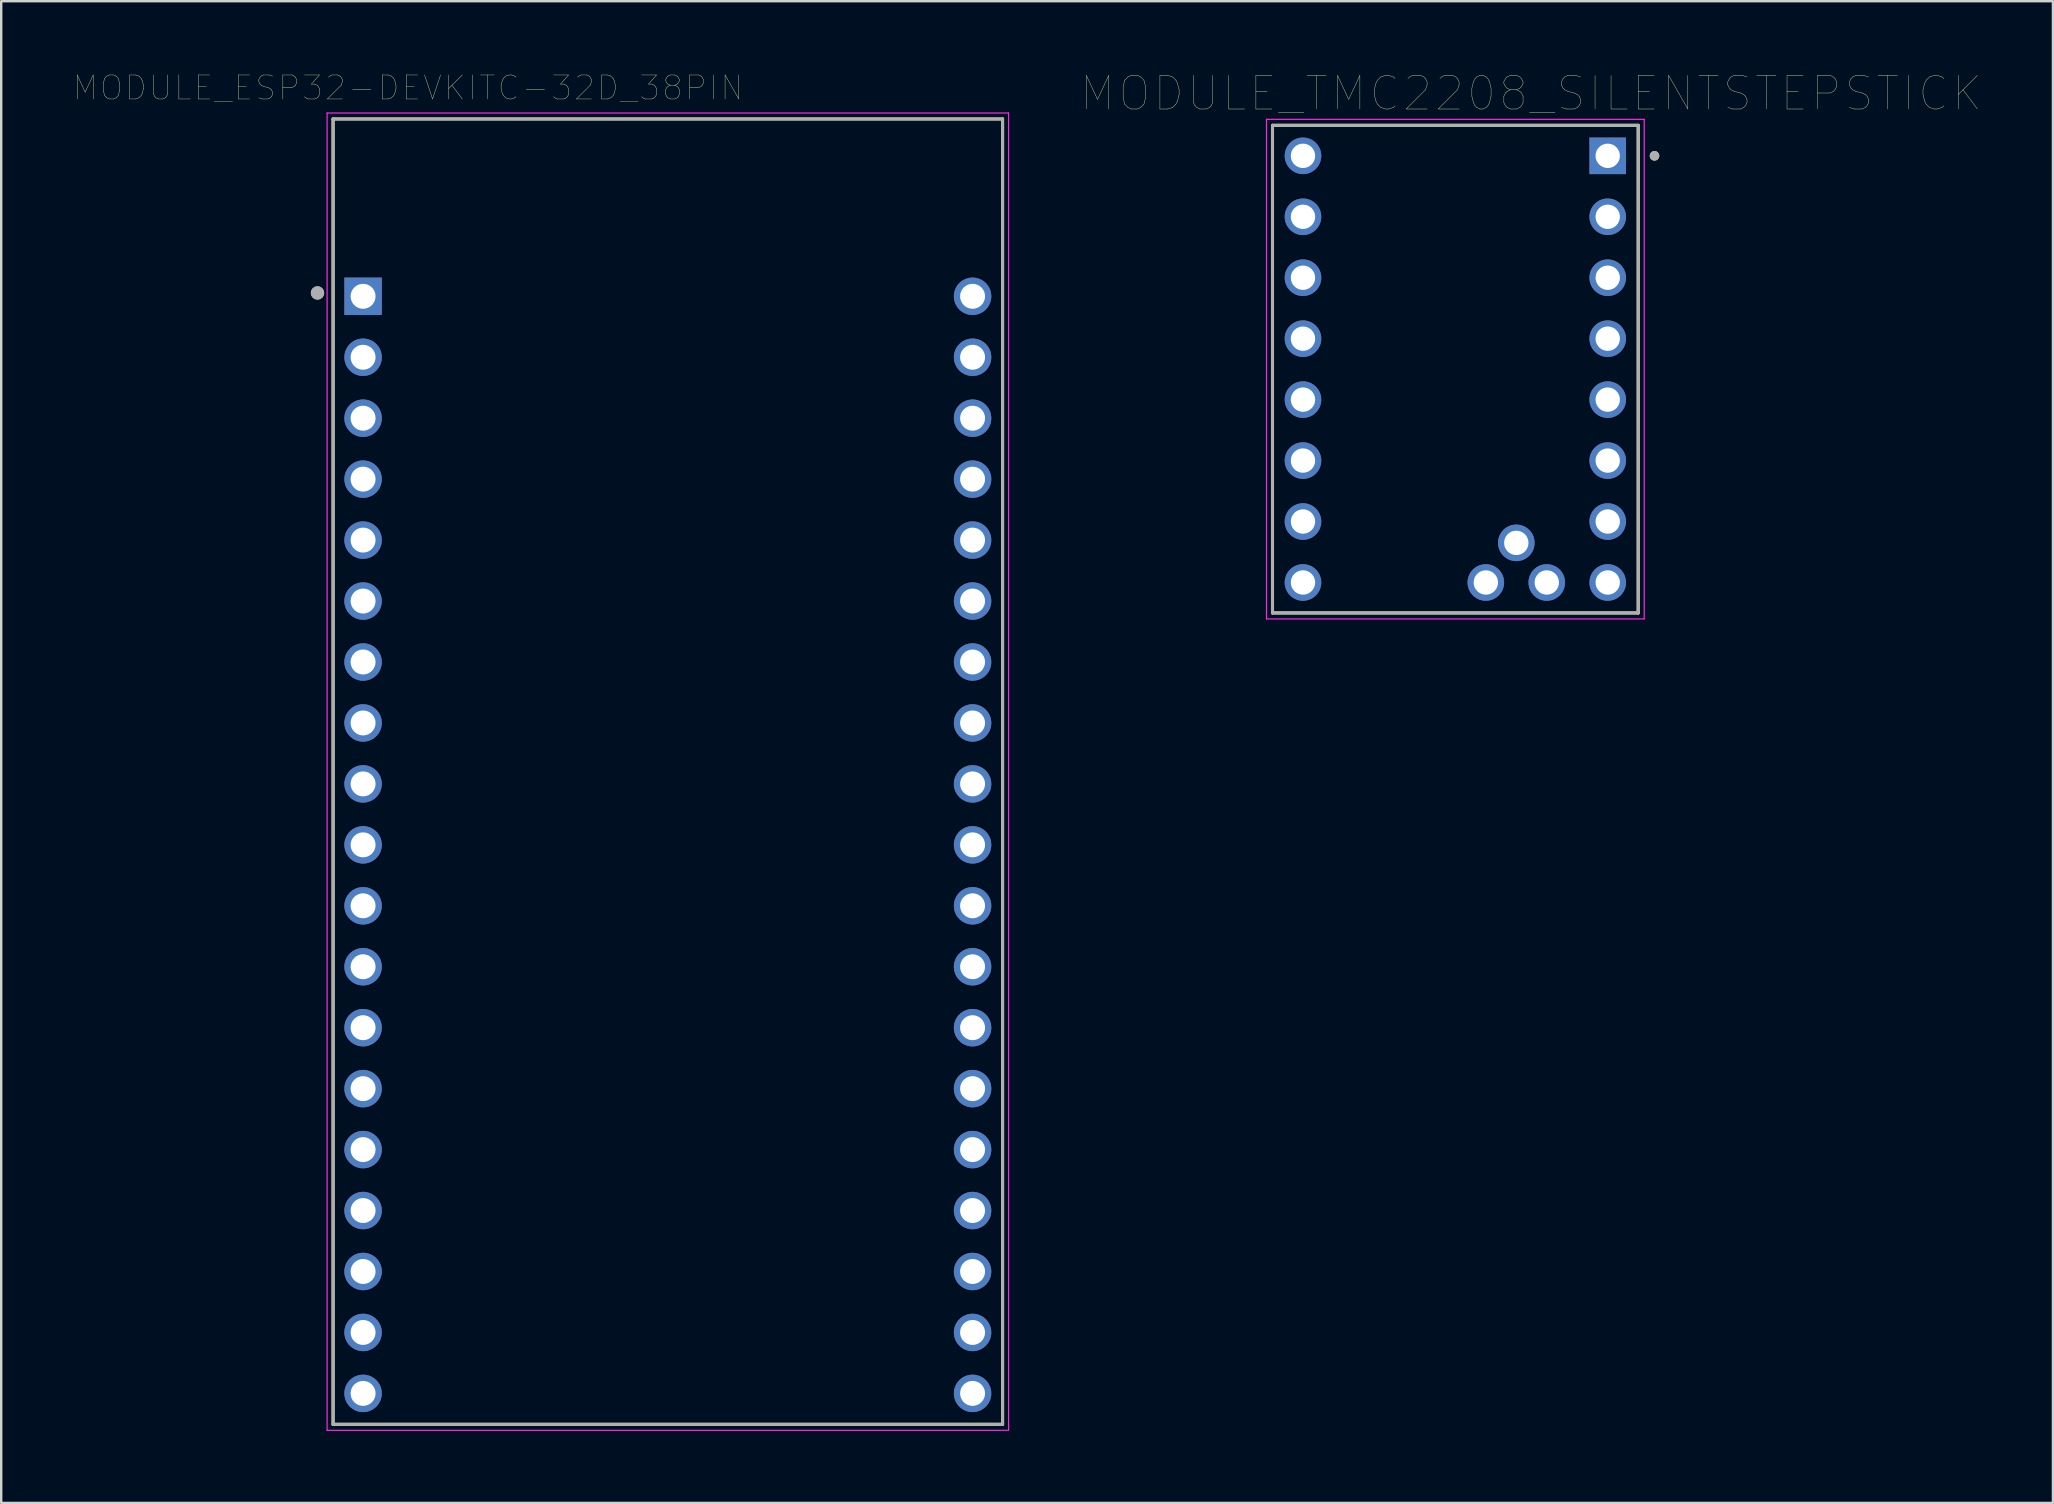
<source format=kicad_pcb>
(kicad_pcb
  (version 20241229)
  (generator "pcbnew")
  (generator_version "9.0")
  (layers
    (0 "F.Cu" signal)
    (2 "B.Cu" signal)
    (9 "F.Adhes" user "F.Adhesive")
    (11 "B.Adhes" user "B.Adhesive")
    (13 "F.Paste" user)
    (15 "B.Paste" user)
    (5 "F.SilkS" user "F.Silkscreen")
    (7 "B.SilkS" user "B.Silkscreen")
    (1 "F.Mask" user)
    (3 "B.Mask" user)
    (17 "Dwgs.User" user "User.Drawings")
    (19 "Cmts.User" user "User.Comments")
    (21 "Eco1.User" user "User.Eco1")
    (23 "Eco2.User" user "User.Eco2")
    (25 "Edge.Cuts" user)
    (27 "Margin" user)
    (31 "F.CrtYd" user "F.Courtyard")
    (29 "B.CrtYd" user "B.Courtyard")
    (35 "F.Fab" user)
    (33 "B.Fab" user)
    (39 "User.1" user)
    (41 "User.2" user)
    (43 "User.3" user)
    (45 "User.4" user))
  (footprint "MODULE_TMC2208_SILENTSTEPSTICK"
    (layer "F.Cu")
    (at 57.6 12.334)
    (property "Reference" "MODULE_TMC2208_SILENTSTEPSTICK" (at 3.155 -11.489 0) (layer "F.SilkS") (effects (font (size 1.4 1.4) (thickness 0.015))))
    (attr through_hole)
    (fp_line (start -7.62 -10.16) (end 7.62 -10.16) (stroke (width 0.127) (type solid)) (layer "F.SilkS"))
    (fp_line (start -7.62 10.16) (end -7.62 -10.16) (stroke (width 0.127) (type solid)) (layer "F.SilkS"))
    (fp_line (start 7.62 -10.16) (end 7.62 10.16) (stroke (width 0.127) (type solid)) (layer "F.SilkS"))
    (fp_line (start 7.62 10.16) (end -7.62 10.16) (stroke (width 0.127) (type solid)) (layer "F.SilkS"))
    (fp_circle (center 8.3 -8.89) (end 8.2 -8.89) (stroke (width 0.2) (type solid)) (fill no) (layer "F.SilkS"))
    (fp_line (start -7.87 -10.41) (end -7.87 10.41) (stroke (width 0.05) (type solid)) (layer "F.CrtYd"))
    (fp_line (start 7.87 -10.41) (end -7.87 -10.41) (stroke (width 0.05) (type solid)) (layer "F.CrtYd"))
    (fp_line (start 7.87 -10.41) (end 7.87 10.41) (stroke (width 0.05) (type solid)) (layer "F.CrtYd"))
    (fp_line (start 7.87 10.41) (end -7.87 10.41) (stroke (width 0.05) (type solid)) (layer "F.CrtYd"))
    (fp_line (start -7.62 -10.16) (end 7.62 -10.16) (stroke (width 0.127) (type solid)) (layer "F.Fab"))
    (fp_line (start -7.62 10.16) (end -7.62 -10.16) (stroke (width 0.127) (type solid)) (layer "F.Fab"))
    (fp_line (start 7.62 -10.16) (end 7.62 10.16) (stroke (width 0.127) (type solid)) (layer "F.Fab"))
    (fp_line (start 7.62 10.16) (end -7.62 10.16) (stroke (width 0.127) (type solid)) (layer "F.Fab"))
    (fp_circle (center 8.3 -8.89) (end 8.2 -8.89) (stroke (width 0.2) (type solid)) (fill no) (layer "F.Fab"))
    (pad "JP1_1" thru_hole rect (at 6.35 -8.89) (size 1.524 1.524) (drill 1.016) (layers "*.Cu" "*.Mask"))
    (pad "JP1_2" thru_hole circle (at 6.35 -6.35) (size 1.524 1.524) (drill 1.016) (layers "*.Cu" "*.Mask"))
    (pad "JP1_3" thru_hole circle (at 6.35 -3.81) (size 1.524 1.524) (drill 1.016) (layers "*.Cu" "*.Mask"))
    (pad "JP1_4" thru_hole circle (at 6.35 -1.27) (size 1.524 1.524) (drill 1.016) (layers "*.Cu" "*.Mask"))
    (pad "JP1_5" thru_hole circle (at 6.35 1.27) (size 1.524 1.524) (drill 1.016) (layers "*.Cu" "*.Mask"))
    (pad "JP1_6" thru_hole circle (at 6.35 3.81) (size 1.524 1.524) (drill 1.016) (layers "*.Cu" "*.Mask"))
    (pad "JP1_7" thru_hole circle (at 6.35 6.35) (size 1.524 1.524) (drill 1.016) (layers "*.Cu" "*.Mask"))
    (pad "JP1_8" thru_hole circle (at 6.35 8.89) (size 1.524 1.524) (drill 1.016) (layers "*.Cu" "*.Mask"))
    (pad "JP2_1" thru_hole circle (at -6.35 8.89) (size 1.524 1.524) (drill 1.016) (layers "*.Cu" "*.Mask"))
    (pad "JP2_2" thru_hole circle (at -6.35 6.35) (size 1.524 1.524) (drill 1.016) (layers "*.Cu" "*.Mask"))
    (pad "JP2_3" thru_hole circle (at -6.35 3.81) (size 1.524 1.524) (drill 1.016) (layers "*.Cu" "*.Mask"))
    (pad "JP2_4" thru_hole circle (at -6.35 1.27) (size 1.524 1.524) (drill 1.016) (layers "*.Cu" "*.Mask"))
    (pad "JP2_5" thru_hole circle (at -6.35 -1.27) (size 1.524 1.524) (drill 1.016) (layers "*.Cu" "*.Mask"))
    (pad "JP2_6" thru_hole circle (at -6.35 -3.81) (size 1.524 1.524) (drill 1.016) (layers "*.Cu" "*.Mask"))
    (pad "JP2_7" thru_hole circle (at -6.35 -6.35) (size 1.524 1.524) (drill 1.016) (layers "*.Cu" "*.Mask"))
    (pad "JP2_8" thru_hole circle (at -6.35 -8.89) (size 1.524 1.524) (drill 1.016) (layers "*.Cu" "*.Mask"))
    (pad "JP3_1" thru_hole circle (at 2.54 7.239) (size 1.524 1.524) (drill 1.016) (layers "*.Cu" "*.Mask"))
    (pad "JP4_1" thru_hole circle (at 1.27 8.89) (size 1.524 1.524) (drill 1.016) (layers "*.Cu" "*.Mask"))
    (pad "JP5_1" thru_hole circle (at 3.81 8.89) (size 1.524 1.524) (drill 1.016) (layers "*.Cu" "*.Mask")))
  (footprint "MODULE_ESP32-DEVKITC-32D_38PIN"
    (layer "F.Cu")
    (at 24.781 29.058)
    (property "Reference" "MODULE_ESP32-DEVKITC-32D_38PIN" (at -10.829 -28.446 0) (layer "F.SilkS") (effects (font (size 1 1) (thickness 0.015))))
    (attr through_hole)
    (fp_line (start -13.95 -27.15) (end 13.95 -27.15) (stroke (width 0.127) (type solid)) (layer "F.SilkS"))
    (fp_line (start -13.95 27.25) (end -13.95 -27.15) (stroke (width 0.127) (type solid)) (layer "F.SilkS"))
    (fp_line (start 13.95 -27.15) (end 13.95 27.25) (stroke (width 0.127) (type solid)) (layer "F.SilkS"))
    (fp_line (start 13.95 27.25) (end -13.95 27.25) (stroke (width 0.127) (type solid)) (layer "F.SilkS"))
    (fp_line (start -14.2 -27.4) (end 14.2 -27.4) (stroke (width 0.05) (type solid)) (layer "F.CrtYd"))
    (fp_line (start -14.2 27.5) (end -14.2 -27.4) (stroke (width 0.05) (type solid)) (layer "F.CrtYd"))
    (fp_line (start 14.2 -27.4) (end 14.2 27.5) (stroke (width 0.05) (type solid)) (layer "F.CrtYd"))
    (fp_line (start 14.2 27.5) (end -14.2 27.5) (stroke (width 0.05) (type solid)) (layer "F.CrtYd"))
    (fp_line (start -13.95 -27.15) (end 13.95 -27.15) (stroke (width 0.127) (type solid)) (layer "F.Fab"))
    (fp_line (start -13.95 27.25) (end -13.95 -27.15) (stroke (width 0.127) (type solid)) (layer "F.Fab"))
    (fp_line (start 13.95 -27.15) (end 13.95 27.25) (stroke (width 0.127) (type solid)) (layer "F.Fab"))
    (fp_line (start 13.95 27.25) (end -13.95 27.25) (stroke (width 0.127) (type solid)) (layer "F.Fab"))
    (fp_circle (center -14.6 -19.9) (end -14.46 -19.9) (stroke (width 0.28) (type solid)) (fill no) (layer "F.Fab"))
    (fp_circle (center -14.6 -19.9) (end -14.46 -19.9) (stroke (width 0.28) (type solid)) (fill no) (layer "F.Fab"))
    (pad "1" thru_hole rect (at -12.7 -19.76) (size 1.56 1.56) (drill 1.04) (layers "*.Cu" "*.Mask"))
    (pad "2" thru_hole circle (at -12.7 -17.22) (size 1.56 1.56) (drill 1.04) (layers "*.Cu" "*.Mask"))
    (pad "3" thru_hole circle (at -12.7 -14.68) (size 1.56 1.56) (drill 1.04) (layers "*.Cu" "*.Mask"))
    (pad "4" thru_hole circle (at -12.7 -12.14) (size 1.56 1.56) (drill 1.04) (layers "*.Cu" "*.Mask"))
    (pad "5" thru_hole circle (at -12.7 -9.6) (size 1.56 1.56) (drill 1.04) (layers "*.Cu" "*.Mask"))
    (pad "6" thru_hole circle (at -12.7 -7.06) (size 1.56 1.56) (drill 1.04) (layers "*.Cu" "*.Mask"))
    (pad "7" thru_hole circle (at -12.7 -4.52) (size 1.56 1.56) (drill 1.04) (layers "*.Cu" "*.Mask"))
    (pad "8" thru_hole circle (at -12.7 -1.98) (size 1.56 1.56) (drill 1.04) (layers "*.Cu" "*.Mask"))
    (pad "9" thru_hole circle (at -12.7 0.56) (size 1.56 1.56) (drill 1.04) (layers "*.Cu" "*.Mask"))
    (pad "10" thru_hole circle (at -12.7 3.1) (size 1.56 1.56) (drill 1.04) (layers "*.Cu" "*.Mask"))
    (pad "11" thru_hole circle (at -12.7 5.64) (size 1.56 1.56) (drill 1.04) (layers "*.Cu" "*.Mask"))
    (pad "12" thru_hole circle (at -12.7 8.18) (size 1.56 1.56) (drill 1.04) (layers "*.Cu" "*.Mask"))
    (pad "13" thru_hole circle (at -12.7 10.72) (size 1.56 1.56) (drill 1.04) (layers "*.Cu" "*.Mask"))
    (pad "14" thru_hole circle (at -12.7 13.26) (size 1.56 1.56) (drill 1.04) (layers "*.Cu" "*.Mask"))
    (pad "15" thru_hole circle (at -12.7 15.8) (size 1.56 1.56) (drill 1.04) (layers "*.Cu" "*.Mask"))
    (pad "16" thru_hole circle (at -12.7 18.34) (size 1.56 1.56) (drill 1.04) (layers "*.Cu" "*.Mask"))
    (pad "17" thru_hole circle (at -12.7 20.88) (size 1.56 1.56) (drill 1.04) (layers "*.Cu" "*.Mask"))
    (pad "18" thru_hole circle (at -12.7 23.42) (size 1.56 1.56) (drill 1.04) (layers "*.Cu" "*.Mask"))
    (pad "19" thru_hole circle (at -12.7 25.96) (size 1.56 1.56) (drill 1.04) (layers "*.Cu" "*.Mask"))
    (pad "20" thru_hole circle (at 12.7 -19.76) (size 1.56 1.56) (drill 1.04) (layers "*.Cu" "*.Mask"))
    (pad "21" thru_hole circle (at 12.7 -17.22) (size 1.56 1.56) (drill 1.04) (layers "*.Cu" "*.Mask"))
    (pad "22" thru_hole circle (at 12.7 -14.68) (size 1.56 1.56) (drill 1.04) (layers "*.Cu" "*.Mask"))
    (pad "23" thru_hole circle (at 12.7 -12.14) (size 1.56 1.56) (drill 1.04) (layers "*.Cu" "*.Mask"))
    (pad "24" thru_hole circle (at 12.7 -9.6) (size 1.56 1.56) (drill 1.04) (layers "*.Cu" "*.Mask"))
    (pad "25" thru_hole circle (at 12.7 -7.06) (size 1.56 1.56) (drill 1.04) (layers "*.Cu" "*.Mask"))
    (pad "26" thru_hole circle (at 12.7 -4.52) (size 1.56 1.56) (drill 1.04) (layers "*.Cu" "*.Mask"))
    (pad "27" thru_hole circle (at 12.7 -1.98) (size 1.56 1.56) (drill 1.04) (layers "*.Cu" "*.Mask"))
    (pad "28" thru_hole circle (at 12.7 0.56) (size 1.56 1.56) (drill 1.04) (layers "*.Cu" "*.Mask"))
    (pad "29" thru_hole circle (at 12.7 3.1) (size 1.56 1.56) (drill 1.04) (layers "*.Cu" "*.Mask"))
    (pad "30" thru_hole circle (at 12.7 5.64) (size 1.56 1.56) (drill 1.04) (layers "*.Cu" "*.Mask"))
    (pad "31" thru_hole circle (at 12.7 8.18) (size 1.56 1.56) (drill 1.04) (layers "*.Cu" "*.Mask"))
    (pad "32" thru_hole circle (at 12.7 10.72) (size 1.56 1.56) (drill 1.04) (layers "*.Cu" "*.Mask"))
    (pad "33" thru_hole circle (at 12.7 13.26) (size 1.56 1.56) (drill 1.04) (layers "*.Cu" "*.Mask"))
    (pad "34" thru_hole circle (at 12.7 15.8) (size 1.56 1.56) (drill 1.04) (layers "*.Cu" "*.Mask"))
    (pad "35" thru_hole circle (at 12.7 18.34) (size 1.56 1.56) (drill 1.04) (layers "*.Cu" "*.Mask"))
    (pad "36" thru_hole circle (at 12.7 20.88) (size 1.56 1.56) (drill 1.04) (layers "*.Cu" "*.Mask"))
    (pad "37" thru_hole circle (at 12.7 23.42) (size 1.56 1.56) (drill 1.04) (layers "*.Cu" "*.Mask"))
    (pad "38" thru_hole circle (at 12.7 25.96) (size 1.56 1.56) (drill 1.04) (layers "*.Cu" "*.Mask")))
  (gr_rect
    (start -3 -3)
    (end 82.504 59.583)
    (stroke (width 0.1) (type default))
    (fill no)
    (layer "Edge.Cuts")))
</source>
